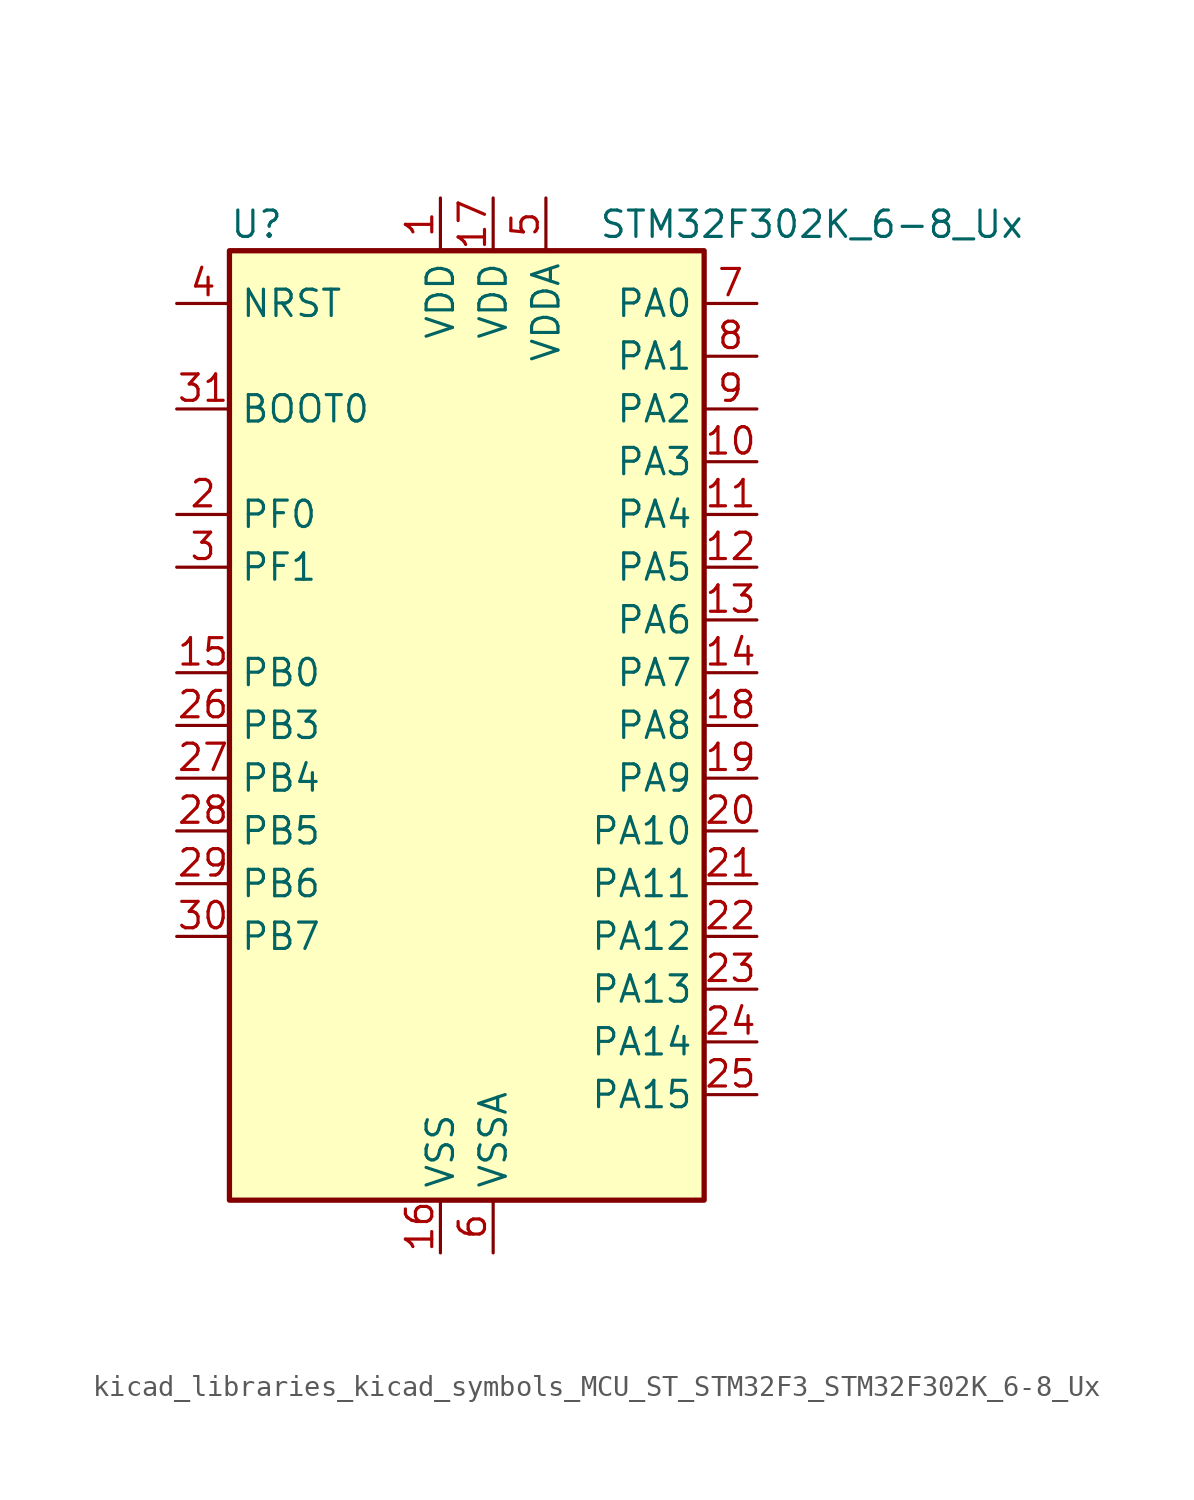
<source format=kicad_sym>
(kicad_symbol_lib
  (version 20220914)
  (generator kicad_symbol_editor)
  (symbol "kicad_libraries_kicad_symbols_MCU_ST_STM32F3_STM32F302K_6-8_Ux"
    (property "Reference" "U"
      (at -10.16 24.13 0)
      (effects (font (size 1.27 1.27)) (justify left)))
    (property "Value" "STM32F302K_6-8_Ux"
      (at 7.62 24.13 0)
      (effects (font (size 1.27 1.27)) (justify left)))
    (property "ki_locked" ""
      (at 0 0 0)
      (effects (font (size 1.27 1.27))))
    (symbol "kicad_libraries_kicad_symbols_MCU_ST_STM32F3_STM32F302K_6-8_Ux_0_1"
      (rectangle (start -10.16 -22.86) (end 12.7 22.86) (stroke (width 0.254) (type default)) (fill (type background))))
    (symbol "kicad_libraries_kicad_symbols_MCU_ST_STM32F3_STM32F302K_6-8_Ux_1_1"
      (pin power_in line (at 0 25.4 270) (length 2.54) (name "VDD" (effects (font (size 1.27 1.27)))) (number "1" (effects (font (size 1.27 1.27)))))
      (pin bidirectional line (at 15.24 12.7 180) (length 2.54) (name "PA3" (effects (font (size 1.27 1.27)))) (number "10" (effects (font (size 1.27 1.27)))) (alternate "ADC1_IN4" bidirectional line) (alternate "TIM15_CH2" bidirectional line) (alternate "TIM2_CH4" bidirectional line) (alternate "TSC_G1_IO4" bidirectional line) (alternate "USART2_RX" bidirectional line))
      (pin bidirectional line (at 15.24 10.16 180) (length 2.54) (name "PA4" (effects (font (size 1.27 1.27)))) (number "11" (effects (font (size 1.27 1.27)))) (alternate "ADC1_IN5" bidirectional line) (alternate "COMP2_INM" bidirectional line) (alternate "COMP4_INM" bidirectional line) (alternate "DAC_OUT1" bidirectional line) (alternate "I2S3_WS" bidirectional line) (alternate "SPI3_NSS" bidirectional line) (alternate "TSC_G2_IO1" bidirectional line) (alternate "USART2_CK" bidirectional line))
      (pin bidirectional line (at 15.24 7.62 180) (length 2.54) (name "PA5" (effects (font (size 1.27 1.27)))) (number "12" (effects (font (size 1.27 1.27)))) (alternate "OPAMP2_VINM" bidirectional line) (alternate "OPAMP2_VINM_SEC" bidirectional line) (alternate "TIM2_CH1" bidirectional line) (alternate "TIM2_ETR" bidirectional line) (alternate "TSC_G2_IO2" bidirectional line))
      (pin bidirectional line (at 15.24 5.08 180) (length 2.54) (name "PA6" (effects (font (size 1.27 1.27)))) (number "13" (effects (font (size 1.27 1.27)))) (alternate "ADC1_IN10" bidirectional line) (alternate "OPAMP2_VOUT" bidirectional line) (alternate "TIM16_CH1" bidirectional line) (alternate "TIM1_BKIN" bidirectional line) (alternate "TSC_G2_IO3" bidirectional line))
      (pin bidirectional line (at 15.24 2.54 180) (length 2.54) (name "PA7" (effects (font (size 1.27 1.27)))) (number "14" (effects (font (size 1.27 1.27)))) (alternate "ADC1_IN15" bidirectional line) (alternate "COMP2_INP" bidirectional line) (alternate "OPAMP2_VINP" bidirectional line) (alternate "OPAMP2_VINP_SEC" bidirectional line) (alternate "TIM17_CH1" bidirectional line) (alternate "TIM1_CH1N" bidirectional line) (alternate "TSC_G2_IO4" bidirectional line))
      (pin bidirectional line (at -12.7 2.54 0) (length 2.54) (name "PB0" (effects (font (size 1.27 1.27)))) (number "15" (effects (font (size 1.27 1.27)))) (alternate "ADC1_IN11" bidirectional line) (alternate "COMP4_INP" bidirectional line) (alternate "OPAMP2_VINP" bidirectional line) (alternate "OPAMP2_VINP_SEC" bidirectional line) (alternate "TIM1_CH2N" bidirectional line) (alternate "TSC_G3_IO2" bidirectional line))
      (pin power_in line (at 0 -25.4 90) (length 2.54) (name "VSS" (effects (font (size 1.27 1.27)))) (number "16" (effects (font (size 1.27 1.27)))))
      (pin power_in line (at 2.54 25.4 270) (length 2.54) (name "VDD" (effects (font (size 1.27 1.27)))) (number "17" (effects (font (size 1.27 1.27)))))
      (pin bidirectional line (at 15.24 0 180) (length 2.54) (name "PA8" (effects (font (size 1.27 1.27)))) (number "18" (effects (font (size 1.27 1.27)))) (alternate "I2C2_SMBA" bidirectional line) (alternate "I2C3_SCL" bidirectional line) (alternate "I2S2_MCK" bidirectional line) (alternate "RCC_MCO" bidirectional line) (alternate "TIM1_CH1" bidirectional line) (alternate "USART1_CK" bidirectional line))
      (pin bidirectional line (at 15.24 -2.54 180) (length 2.54) (name "PA9" (effects (font (size 1.27 1.27)))) (number "19" (effects (font (size 1.27 1.27)))) (alternate "DAC_EXTI9" bidirectional line) (alternate "I2C2_SCL" bidirectional line) (alternate "I2C3_SMBA" bidirectional line) (alternate "I2S3_MCK" bidirectional line) (alternate "TIM15_BKIN" bidirectional line) (alternate "TIM1_CH2" bidirectional line) (alternate "TIM2_CH3" bidirectional line) (alternate "TSC_G4_IO1" bidirectional line) (alternate "USART1_TX" bidirectional line))
      (pin bidirectional line (at -12.7 10.16 0) (length 2.54) (name "PF0" (effects (font (size 1.27 1.27)))) (number "2" (effects (font (size 1.27 1.27)))) (alternate "I2C2_SDA" bidirectional line) (alternate "I2S2_WS" bidirectional line) (alternate "RCC_OSC_IN" bidirectional line) (alternate "SPI2_NSS" bidirectional line) (alternate "TIM1_CH3N" bidirectional line))
      (pin bidirectional line (at 15.24 -5.08 180) (length 2.54) (name "PA10" (effects (font (size 1.27 1.27)))) (number "20" (effects (font (size 1.27 1.27)))) (alternate "I2C2_SDA" bidirectional line) (alternate "I2S2_ext_SD" bidirectional line) (alternate "SPI2_MISO" bidirectional line) (alternate "TIM17_BKIN" bidirectional line) (alternate "TIM1_CH3" bidirectional line) (alternate "TIM2_CH4" bidirectional line) (alternate "TSC_G4_IO2" bidirectional line) (alternate "USART1_RX" bidirectional line))
      (pin bidirectional line (at 15.24 -7.62 180) (length 2.54) (name "PA11" (effects (font (size 1.27 1.27)))) (number "21" (effects (font (size 1.27 1.27)))) (alternate "ADC1_EXTI11" bidirectional line) (alternate "CAN_RX" bidirectional line) (alternate "I2S2_SD" bidirectional line) (alternate "SPI2_MOSI" bidirectional line) (alternate "TIM1_BKIN2" bidirectional line) (alternate "TIM1_CH1N" bidirectional line) (alternate "TIM1_CH4" bidirectional line) (alternate "USART1_CTS" bidirectional line) (alternate "USB_DM" bidirectional line))
      (pin bidirectional line (at 15.24 -10.16 180) (length 2.54) (name "PA12" (effects (font (size 1.27 1.27)))) (number "22" (effects (font (size 1.27 1.27)))) (alternate "CAN_TX" bidirectional line) (alternate "COMP2_OUT" bidirectional line) (alternate "I2S_CKIN" bidirectional line) (alternate "TIM16_CH1" bidirectional line) (alternate "TIM1_CH2N" bidirectional line) (alternate "TIM1_ETR" bidirectional line) (alternate "USART1_DE" bidirectional line) (alternate "USART1_RTS" bidirectional line) (alternate "USB_DP" bidirectional line))
      (pin bidirectional line (at 15.24 -12.7 180) (length 2.54) (name "PA13" (effects (font (size 1.27 1.27)))) (number "23" (effects (font (size 1.27 1.27)))) (alternate "IR_OUT" bidirectional line) (alternate "SYS_JTMS-SWDIO" bidirectional line) (alternate "TIM16_CH1N" bidirectional line) (alternate "TSC_G4_IO3" bidirectional line))
      (pin bidirectional line (at 15.24 -15.24 180) (length 2.54) (name "PA14" (effects (font (size 1.27 1.27)))) (number "24" (effects (font (size 1.27 1.27)))) (alternate "I2C1_SDA" bidirectional line) (alternate "SYS_JTCK-SWCLK" bidirectional line) (alternate "TIM1_BKIN" bidirectional line) (alternate "TSC_G4_IO4" bidirectional line) (alternate "USART2_TX" bidirectional line))
      (pin bidirectional line (at 15.24 -17.78 180) (length 2.54) (name "PA15" (effects (font (size 1.27 1.27)))) (number "25" (effects (font (size 1.27 1.27)))) (alternate "ADC1_EXTI15" bidirectional line) (alternate "I2C1_SCL" bidirectional line) (alternate "I2S3_WS" bidirectional line) (alternate "SPI3_NSS" bidirectional line) (alternate "SYS_JTDI" bidirectional line) (alternate "TIM1_BKIN" bidirectional line) (alternate "TIM2_CH1" bidirectional line) (alternate "TIM2_ETR" bidirectional line) (alternate "TSC_SYNC" bidirectional line) (alternate "USART2_RX" bidirectional line))
      (pin bidirectional line (at -12.7 0 0) (length 2.54) (name "PB3" (effects (font (size 1.27 1.27)))) (number "26" (effects (font (size 1.27 1.27)))) (alternate "I2S3_CK" bidirectional line) (alternate "SPI3_SCK" bidirectional line) (alternate "SYS_JTDO-TRACESWO" bidirectional line) (alternate "TIM2_CH2" bidirectional line) (alternate "TSC_G5_IO1" bidirectional line) (alternate "USART2_TX" bidirectional line))
      (pin bidirectional line (at -12.7 -2.54 0) (length 2.54) (name "PB4" (effects (font (size 1.27 1.27)))) (number "27" (effects (font (size 1.27 1.27)))) (alternate "I2S3_ext_SD" bidirectional line) (alternate "SPI3_MISO" bidirectional line) (alternate "SYS_NJTRST" bidirectional line) (alternate "TIM16_CH1" bidirectional line) (alternate "TIM17_BKIN" bidirectional line) (alternate "TSC_G5_IO2" bidirectional line) (alternate "USART2_RX" bidirectional line))
      (pin bidirectional line (at -12.7 -5.08 0) (length 2.54) (name "PB5" (effects (font (size 1.27 1.27)))) (number "28" (effects (font (size 1.27 1.27)))) (alternate "I2C1_SMBA" bidirectional line) (alternate "I2C3_SDA" bidirectional line) (alternate "I2S3_SD" bidirectional line) (alternate "SPI3_MOSI" bidirectional line) (alternate "TIM16_BKIN" bidirectional line) (alternate "TIM17_CH1" bidirectional line) (alternate "USART2_CK" bidirectional line))
      (pin bidirectional line (at -12.7 -7.62 0) (length 2.54) (name "PB6" (effects (font (size 1.27 1.27)))) (number "29" (effects (font (size 1.27 1.27)))) (alternate "I2C1_SCL" bidirectional line) (alternate "TIM16_CH1N" bidirectional line) (alternate "TSC_G5_IO3" bidirectional line) (alternate "USART1_TX" bidirectional line))
      (pin bidirectional line (at -12.7 7.62 0) (length 2.54) (name "PF1" (effects (font (size 1.27 1.27)))) (number "3" (effects (font (size 1.27 1.27)))) (alternate "I2C2_SCL" bidirectional line) (alternate "I2S2_CK" bidirectional line) (alternate "RCC_OSC_OUT" bidirectional line) (alternate "SPI2_SCK" bidirectional line))
      (pin bidirectional line (at -12.7 -10.16 0) (length 2.54) (name "PB7" (effects (font (size 1.27 1.27)))) (number "30" (effects (font (size 1.27 1.27)))) (alternate "I2C1_SDA" bidirectional line) (alternate "TIM17_CH1N" bidirectional line) (alternate "TSC_G5_IO4" bidirectional line) (alternate "USART1_RX" bidirectional line))
      (pin input line (at -12.7 15.24 0) (length 2.54) (name "BOOT0" (effects (font (size 1.27 1.27)))) (number "31" (effects (font (size 1.27 1.27)))))
      (pin passive line (at 0 -25.4 90) (length 2.54) hide (name "VSS" (effects (font (size 1.27 1.27)))) (number "32" (effects (font (size 1.27 1.27)))))
      (pin passive line (at 0 -25.4 90) (length 2.54) hide (name "VSS" (effects (font (size 1.27 1.27)))) (number "33" (effects (font (size 1.27 1.27)))))
      (pin input line (at -12.7 20.32 0) (length 2.54) (name "NRST" (effects (font (size 1.27 1.27)))) (number "4" (effects (font (size 1.27 1.27)))))
      (pin power_in line (at 5.08 25.4 270) (length 2.54) (name "VDDA" (effects (font (size 1.27 1.27)))) (number "5" (effects (font (size 1.27 1.27)))))
      (pin power_in line (at 2.54 -25.4 90) (length 2.54) (name "VSSA" (effects (font (size 1.27 1.27)))) (number "6" (effects (font (size 1.27 1.27)))))
      (pin bidirectional line (at 15.24 20.32 180) (length 2.54) (name "PA0" (effects (font (size 1.27 1.27)))) (number "7" (effects (font (size 1.27 1.27)))) (alternate "ADC1_IN1" bidirectional line) (alternate "RTC_TAMP2" bidirectional line) (alternate "SYS_WKUP1" bidirectional line) (alternate "TIM2_CH1" bidirectional line) (alternate "TIM2_ETR" bidirectional line) (alternate "TSC_G1_IO1" bidirectional line) (alternate "USART2_CTS" bidirectional line))
      (pin bidirectional line (at 15.24 17.78 180) (length 2.54) (name "PA1" (effects (font (size 1.27 1.27)))) (number "8" (effects (font (size 1.27 1.27)))) (alternate "ADC1_IN2" bidirectional line) (alternate "RTC_REFIN" bidirectional line) (alternate "TIM15_CH1N" bidirectional line) (alternate "TIM2_CH2" bidirectional line) (alternate "TSC_G1_IO2" bidirectional line) (alternate "USART2_DE" bidirectional line) (alternate "USART2_RTS" bidirectional line))
      (pin bidirectional line (at 15.24 15.24 180) (length 2.54) (name "PA2" (effects (font (size 1.27 1.27)))) (number "9" (effects (font (size 1.27 1.27)))) (alternate "ADC1_IN3" bidirectional line) (alternate "COMP2_INM" bidirectional line) (alternate "COMP2_OUT" bidirectional line) (alternate "TIM15_CH1" bidirectional line) (alternate "TIM2_CH3" bidirectional line) (alternate "TSC_G1_IO3" bidirectional line) (alternate "USART2_TX" bidirectional line)))))
</source>
